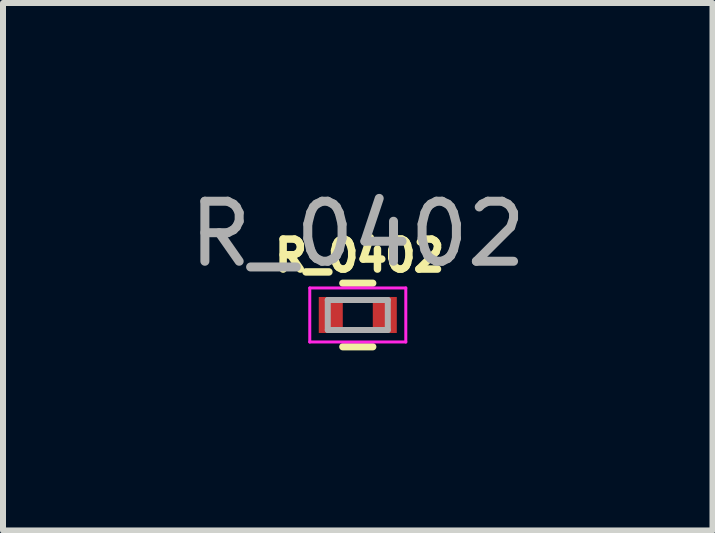
<source format=kicad_pcb>
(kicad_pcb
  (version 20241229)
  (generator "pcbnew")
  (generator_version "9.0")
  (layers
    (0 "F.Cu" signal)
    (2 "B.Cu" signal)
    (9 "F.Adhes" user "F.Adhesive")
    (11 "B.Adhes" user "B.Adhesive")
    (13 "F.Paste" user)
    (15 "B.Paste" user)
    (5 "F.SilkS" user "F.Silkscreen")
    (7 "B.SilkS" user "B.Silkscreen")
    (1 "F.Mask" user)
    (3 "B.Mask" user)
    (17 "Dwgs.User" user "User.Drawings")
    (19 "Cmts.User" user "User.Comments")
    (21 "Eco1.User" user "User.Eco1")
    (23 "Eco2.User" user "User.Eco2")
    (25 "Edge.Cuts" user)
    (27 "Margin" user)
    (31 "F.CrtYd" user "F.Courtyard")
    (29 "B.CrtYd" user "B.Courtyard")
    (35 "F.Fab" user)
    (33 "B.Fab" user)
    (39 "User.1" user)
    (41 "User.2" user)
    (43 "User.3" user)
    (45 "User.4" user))
  (footprint "R_0402"
    (layer "F.Cu")
    (at 2.911 2.198)
    (property "Reference" "R_0402" (at 0.03 -0.99 0) (layer "F.SilkS") (effects (font (size 0.5 0.5) (thickness 0.125))))
    (attr smd)
    (fp_line (start -0.25 0.53) (end 0.25 0.53) (stroke (width 0.12) (type solid)) (layer "F.SilkS"))
    (fp_line (start 0.25 -0.53) (end -0.25 -0.53) (stroke (width 0.12) (type solid)) (layer "F.SilkS"))
    (fp_line (start -0.8 -0.45) (end -0.8 0.45) (stroke (width 0.05) (type solid)) (layer "F.CrtYd"))
    (fp_line (start -0.8 -0.45) (end 0.8 -0.45) (stroke (width 0.05) (type solid)) (layer "F.CrtYd"))
    (fp_line (start 0.8 0.45) (end -0.8 0.45) (stroke (width 0.05) (type solid)) (layer "F.CrtYd"))
    (fp_line (start 0.8 0.45) (end 0.8 -0.45) (stroke (width 0.05) (type solid)) (layer "F.CrtYd"))
    (fp_line (start -0.5 -0.25) (end 0.5 -0.25) (stroke (width 0.1) (type solid)) (layer "F.Fab"))
    (fp_line (start -0.5 0.25) (end -0.5 -0.25) (stroke (width 0.1) (type solid)) (layer "F.Fab"))
    (fp_line (start 0.5 -0.25) (end 0.5 0.25) (stroke (width 0.1) (type solid)) (layer "F.Fab"))
    (fp_line (start 0.5 0.25) (end -0.5 0.25) (stroke (width 0.1) (type solid)) (layer "F.Fab"))
    (fp_text user "${REFERENCE}" (at 0 -1.35 0) (layer "F.Fab") (effects (font (size 1 1) (thickness 0.15))))
    (pad "1" smd rect (at -0.45 0) (size 0.4 0.6) (layers "F.Cu" "F.Mask" "F.Paste"))
    (pad "2" smd rect (at 0.45 0) (size 0.4 0.6) (layers "F.Cu" "F.Mask" "F.Paste")))
  (gr_rect
    (start -3 -3)
    (end 8.821 5.788)
    (stroke (width 0.1) (type default))
    (fill no)
    (layer "Edge.Cuts")))
</source>
